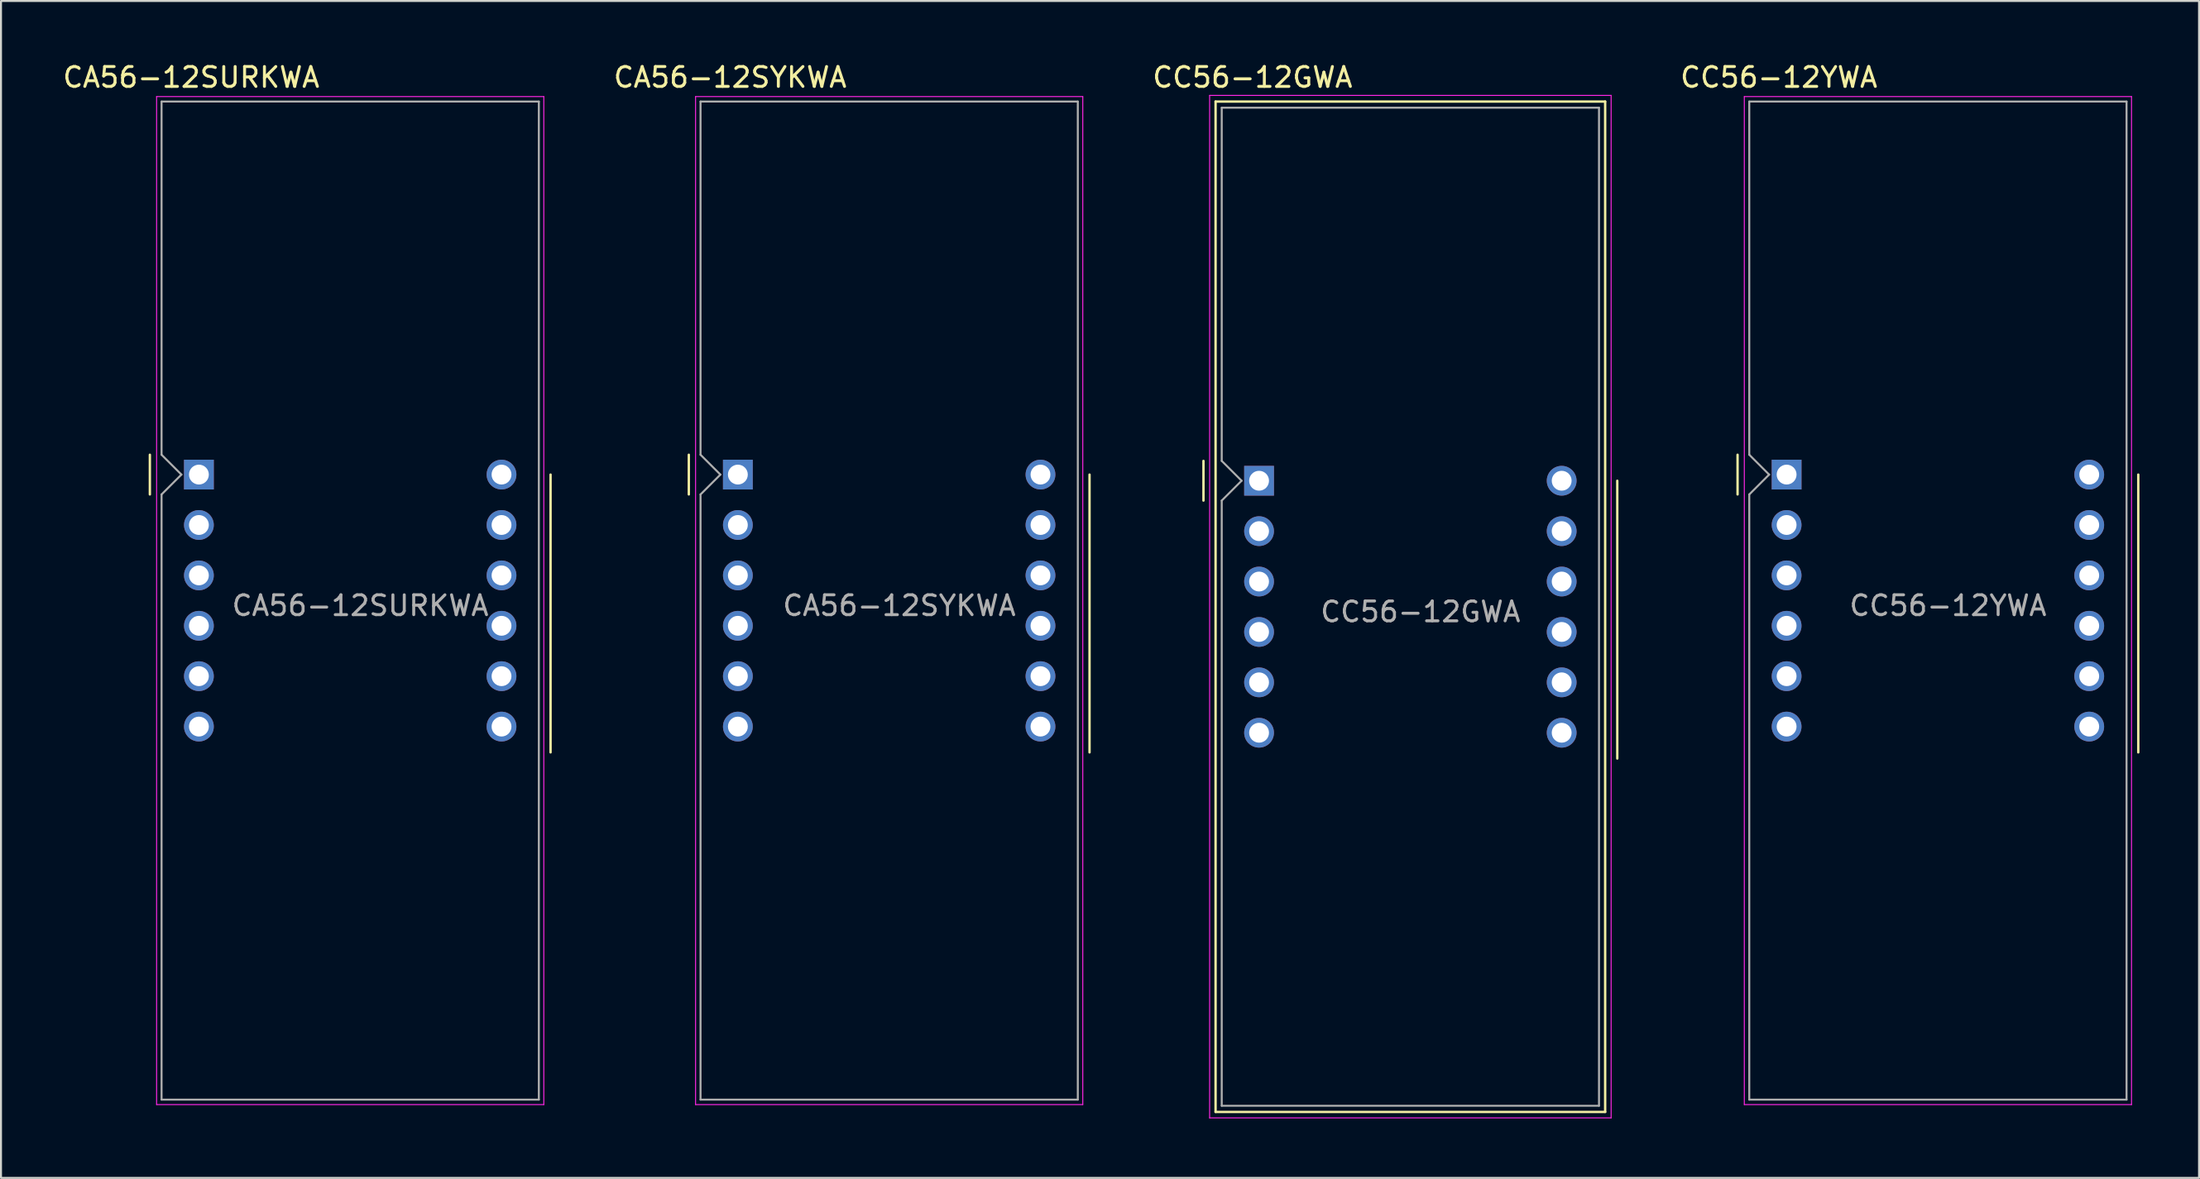
<source format=kicad_pcb>
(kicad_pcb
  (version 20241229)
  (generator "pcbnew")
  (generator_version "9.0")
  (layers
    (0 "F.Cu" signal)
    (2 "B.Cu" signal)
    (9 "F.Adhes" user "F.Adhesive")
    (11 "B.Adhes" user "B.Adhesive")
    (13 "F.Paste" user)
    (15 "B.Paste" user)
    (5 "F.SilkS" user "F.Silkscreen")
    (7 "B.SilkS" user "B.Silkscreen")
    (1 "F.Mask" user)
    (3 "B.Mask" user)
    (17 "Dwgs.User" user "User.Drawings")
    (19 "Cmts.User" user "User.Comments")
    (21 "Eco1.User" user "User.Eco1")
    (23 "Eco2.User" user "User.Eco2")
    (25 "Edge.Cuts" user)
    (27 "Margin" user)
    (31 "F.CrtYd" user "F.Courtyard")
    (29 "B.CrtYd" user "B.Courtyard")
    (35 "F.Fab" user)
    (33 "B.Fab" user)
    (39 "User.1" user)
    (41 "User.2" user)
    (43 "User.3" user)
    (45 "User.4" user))
  (footprint "CC56-12GWA"
    (layer "F.Cu")
    (at 60.358 21.178)
    (property "Reference" "CC56-12GWA" (at -0.33 -20.33 0) (layer "F.SilkS") (effects (font (size 1 1) (thickness 0.15))))
    (attr through_hole)
    (fp_line (start -2.8 -1) (end -2.8 1) (stroke (width 0.12) (type solid)) (layer "F.SilkS"))
    (fp_line (start -2.19 -19.11) (end -2.19 31.81) (stroke (width 0.12) (type solid)) (layer "F.SilkS"))
    (fp_line (start -2.19 -19.11) (end 17.43 -19.11) (stroke (width 0.12) (type solid)) (layer "F.SilkS"))
    (fp_line (start -2.19 31.81) (end 17.43 31.81) (stroke (width 0.12) (type solid)) (layer "F.SilkS"))
    (fp_line (start 17.43 31.81) (end 17.43 -19.11) (stroke (width 0.12) (type solid)) (layer "F.SilkS"))
    (fp_line (start 18.04 0) (end 18.04 14) (stroke (width 0.12) (type solid)) (layer "F.SilkS"))
    (fp_line (start -2.49 -19.42) (end 17.73 -19.42) (stroke (width 0.05) (type solid)) (layer "F.CrtYd"))
    (fp_line (start -2.49 32.11) (end -2.49 -19.42) (stroke (width 0.05) (type solid)) (layer "F.CrtYd"))
    (fp_line (start 17.73 -19.42) (end 17.73 32.11) (stroke (width 0.05) (type solid)) (layer "F.CrtYd"))
    (fp_line (start 17.73 32.11) (end -2.49 32.11) (stroke (width 0.05) (type solid)) (layer "F.CrtYd"))
    (fp_line (start -1.88 -18.8) (end 17.12 -18.8) (stroke (width 0.1) (type solid)) (layer "F.Fab"))
    (fp_line (start -1.88 -1) (end -1.88 -18.8) (stroke (width 0.1) (type solid)) (layer "F.Fab"))
    (fp_line (start -1.88 1) (end -1.88 31.5) (stroke (width 0.1) (type solid)) (layer "F.Fab"))
    (fp_line (start -1.88 1) (end -0.88 0) (stroke (width 0.1) (type solid)) (layer "F.Fab"))
    (fp_line (start -1.88 31.5) (end 17.12 31.5) (stroke (width 0.1) (type solid)) (layer "F.Fab"))
    (fp_line (start -0.88 0) (end -1.88 -1) (stroke (width 0.1) (type solid)) (layer "F.Fab"))
    (fp_line (start 17.12 -18.8) (end 17.12 31.5) (stroke (width 0.1) (type solid)) (layer "F.Fab"))
    (fp_text user "${REFERENCE}" (at 8.128 6.604 0) (layer "F.Fab") (effects (font (size 1 1) (thickness 0.15))))
    (pad "1" thru_hole rect (at 0 0) (size 1.5 1.5) (drill 1) (layers "*.Cu" "*.Mask"))
    (pad "2" thru_hole circle (at 0 2.54) (size 1.5 1.5) (drill 1) (layers "*.Cu" "*.Mask"))
    (pad "3" thru_hole circle (at 0 5.08) (size 1.5 1.5) (drill 1) (layers "*.Cu" "*.Mask"))
    (pad "4" thru_hole circle (at 0 7.62) (size 1.5 1.5) (drill 1) (layers "*.Cu" "*.Mask"))
    (pad "5" thru_hole circle (at 0 10.16) (size 1.5 1.5) (drill 1) (layers "*.Cu" "*.Mask"))
    (pad "6" thru_hole circle (at 0 12.7) (size 1.5 1.5) (drill 1) (layers "*.Cu" "*.Mask"))
    (pad "7" thru_hole circle (at 15.24 12.7) (size 1.5 1.5) (drill 1) (layers "*.Cu" "*.Mask"))
    (pad "8" thru_hole circle (at 15.24 10.16) (size 1.5 1.5) (drill 1) (layers "*.Cu" "*.Mask"))
    (pad "9" thru_hole circle (at 15.24 7.62) (size 1.5 1.5) (drill 1) (layers "*.Cu" "*.Mask"))
    (pad "10" thru_hole circle (at 15.24 5.08) (size 1.5 1.5) (drill 1) (layers "*.Cu" "*.Mask"))
    (pad "11" thru_hole circle (at 15.24 2.54) (size 1.5 1.5) (drill 1) (layers "*.Cu" "*.Mask"))
    (pad "12" thru_hole circle (at 15.24 0) (size 1.5 1.5) (drill 1) (layers "*.Cu" "*.Mask")))
  (footprint "CC56-12YWA"
    (layer "F.Cu")
    (at 86.926 20.868)
    (property "Reference" "CC56-12YWA" (at -0.39 -20.02 0) (layer "F.SilkS") (effects (font (size 1 1) (thickness 0.15))))
    (attr through_hole)
    (fp_line (start -2.47 -1) (end -2.47 1) (stroke (width 0.12) (type solid)) (layer "F.SilkS"))
    (fp_line (start 17.71 0) (end 17.71 14) (stroke (width 0.12) (type solid)) (layer "F.SilkS"))
    (fp_line (start -2.13 -19.05) (end 17.37 -19.05) (stroke (width 0.05) (type solid)) (layer "F.CrtYd"))
    (fp_line (start -2.13 31.75) (end -2.13 -19.05) (stroke (width 0.05) (type solid)) (layer "F.CrtYd"))
    (fp_line (start 17.37 -19.05) (end 17.37 31.75) (stroke (width 0.05) (type solid)) (layer "F.CrtYd"))
    (fp_line (start 17.37 31.75) (end -2.13 31.75) (stroke (width 0.05) (type solid)) (layer "F.CrtYd"))
    (fp_line (start -1.88 -18.8) (end 17.12 -18.8) (stroke (width 0.1) (type solid)) (layer "F.Fab"))
    (fp_line (start -1.88 -1) (end -1.88 -18.8) (stroke (width 0.1) (type solid)) (layer "F.Fab"))
    (fp_line (start -1.88 1) (end -1.88 31.5) (stroke (width 0.1) (type solid)) (layer "F.Fab"))
    (fp_line (start -1.88 1) (end -0.88 0) (stroke (width 0.1) (type solid)) (layer "F.Fab"))
    (fp_line (start -1.88 31.5) (end 17.12 31.5) (stroke (width 0.1) (type solid)) (layer "F.Fab"))
    (fp_line (start -0.88 0) (end -1.88 -1) (stroke (width 0.1) (type solid)) (layer "F.Fab"))
    (fp_line (start 17.12 -18.8) (end 17.12 31.5) (stroke (width 0.1) (type solid)) (layer "F.Fab"))
    (fp_text user "${REFERENCE}" (at 8.128 6.604 0) (layer "F.Fab") (effects (font (size 1 1) (thickness 0.15))))
    (pad "1" thru_hole rect (at 0 0) (size 1.5 1.5) (drill 1) (layers "*.Cu" "*.Mask"))
    (pad "2" thru_hole circle (at 0 2.54) (size 1.5 1.5) (drill 1) (layers "*.Cu" "*.Mask"))
    (pad "3" thru_hole circle (at 0 5.08) (size 1.5 1.5) (drill 1) (layers "*.Cu" "*.Mask"))
    (pad "4" thru_hole circle (at 0 7.62) (size 1.5 1.5) (drill 1) (layers "*.Cu" "*.Mask"))
    (pad "5" thru_hole circle (at 0 10.16) (size 1.5 1.5) (drill 1) (layers "*.Cu" "*.Mask"))
    (pad "6" thru_hole circle (at 0 12.7) (size 1.5 1.5) (drill 1) (layers "*.Cu" "*.Mask"))
    (pad "7" thru_hole circle (at 15.24 12.7) (size 1.5 1.5) (drill 1) (layers "*.Cu" "*.Mask"))
    (pad "8" thru_hole circle (at 15.24 10.16) (size 1.5 1.5) (drill 1) (layers "*.Cu" "*.Mask"))
    (pad "9" thru_hole circle (at 15.24 7.62) (size 1.5 1.5) (drill 1) (layers "*.Cu" "*.Mask"))
    (pad "10" thru_hole circle (at 15.24 5.08) (size 1.5 1.5) (drill 1) (layers "*.Cu" "*.Mask"))
    (pad "11" thru_hole circle (at 15.24 2.54) (size 1.5 1.5) (drill 1) (layers "*.Cu" "*.Mask"))
    (pad "12" thru_hole circle (at 15.24 0) (size 1.5 1.5) (drill 1) (layers "*.Cu" "*.Mask")))
  (footprint "CA56-12SURKWA"
    (layer "F.Cu")
    (at 6.967 20.868)
    (property "Reference" "CA56-12SURKWA" (at -0.39 -20.02 0) (layer "F.SilkS") (effects (font (size 1 1) (thickness 0.15))))
    (attr through_hole)
    (fp_line (start -2.47 -1) (end -2.47 1) (stroke (width 0.12) (type solid)) (layer "F.SilkS"))
    (fp_line (start 17.71 0) (end 17.71 14) (stroke (width 0.12) (type solid)) (layer "F.SilkS"))
    (fp_line (start -2.13 -19.05) (end 17.37 -19.05) (stroke (width 0.05) (type solid)) (layer "F.CrtYd"))
    (fp_line (start -2.13 31.75) (end -2.13 -19.05) (stroke (width 0.05) (type solid)) (layer "F.CrtYd"))
    (fp_line (start 17.37 -19.05) (end 17.37 31.75) (stroke (width 0.05) (type solid)) (layer "F.CrtYd"))
    (fp_line (start 17.37 31.75) (end -2.13 31.75) (stroke (width 0.05) (type solid)) (layer "F.CrtYd"))
    (fp_line (start -1.88 -18.8) (end 17.12 -18.8) (stroke (width 0.1) (type solid)) (layer "F.Fab"))
    (fp_line (start -1.88 -1) (end -1.88 -18.8) (stroke (width 0.1) (type solid)) (layer "F.Fab"))
    (fp_line (start -1.88 1) (end -1.88 31.5) (stroke (width 0.1) (type solid)) (layer "F.Fab"))
    (fp_line (start -1.88 1) (end -0.88 0) (stroke (width 0.1) (type solid)) (layer "F.Fab"))
    (fp_line (start -1.88 31.5) (end 17.12 31.5) (stroke (width 0.1) (type solid)) (layer "F.Fab"))
    (fp_line (start -0.88 0) (end -1.88 -1) (stroke (width 0.1) (type solid)) (layer "F.Fab"))
    (fp_line (start 17.12 -18.8) (end 17.12 31.5) (stroke (width 0.1) (type solid)) (layer "F.Fab"))
    (fp_text user "${REFERENCE}" (at 8.128 6.604 0) (layer "F.Fab") (effects (font (size 1 1) (thickness 0.15))))
    (pad "1" thru_hole rect (at 0 0) (size 1.5 1.5) (drill 1) (layers "*.Cu" "*.Mask"))
    (pad "2" thru_hole circle (at 0 2.54) (size 1.5 1.5) (drill 1) (layers "*.Cu" "*.Mask"))
    (pad "3" thru_hole circle (at 0 5.08) (size 1.5 1.5) (drill 1) (layers "*.Cu" "*.Mask"))
    (pad "4" thru_hole circle (at 0 7.62) (size 1.5 1.5) (drill 1) (layers "*.Cu" "*.Mask"))
    (pad "5" thru_hole circle (at 0 10.16) (size 1.5 1.5) (drill 1) (layers "*.Cu" "*.Mask"))
    (pad "6" thru_hole circle (at 0 12.7) (size 1.5 1.5) (drill 1) (layers "*.Cu" "*.Mask"))
    (pad "7" thru_hole circle (at 15.24 12.7) (size 1.5 1.5) (drill 1) (layers "*.Cu" "*.Mask"))
    (pad "8" thru_hole circle (at 15.24 10.16) (size 1.5 1.5) (drill 1) (layers "*.Cu" "*.Mask"))
    (pad "9" thru_hole circle (at 15.24 7.62) (size 1.5 1.5) (drill 1) (layers "*.Cu" "*.Mask"))
    (pad "10" thru_hole circle (at 15.24 5.08) (size 1.5 1.5) (drill 1) (layers "*.Cu" "*.Mask"))
    (pad "11" thru_hole circle (at 15.24 2.54) (size 1.5 1.5) (drill 1) (layers "*.Cu" "*.Mask"))
    (pad "12" thru_hole circle (at 15.24 0) (size 1.5 1.5) (drill 1) (layers "*.Cu" "*.Mask")))
  (footprint "CA56-12SYKWA"
    (layer "F.Cu")
    (at 34.11 20.868)
    (property "Reference" "CA56-12SYKWA" (at -0.39 -20.02 0) (layer "F.SilkS") (effects (font (size 1 1) (thickness 0.15))))
    (attr through_hole)
    (fp_line (start -2.47 -1) (end -2.47 1) (stroke (width 0.12) (type solid)) (layer "F.SilkS"))
    (fp_line (start 17.71 0) (end 17.71 14) (stroke (width 0.12) (type solid)) (layer "F.SilkS"))
    (fp_line (start -2.13 -19.05) (end 17.37 -19.05) (stroke (width 0.05) (type solid)) (layer "F.CrtYd"))
    (fp_line (start -2.13 31.75) (end -2.13 -19.05) (stroke (width 0.05) (type solid)) (layer "F.CrtYd"))
    (fp_line (start 17.37 -19.05) (end 17.37 31.75) (stroke (width 0.05) (type solid)) (layer "F.CrtYd"))
    (fp_line (start 17.37 31.75) (end -2.13 31.75) (stroke (width 0.05) (type solid)) (layer "F.CrtYd"))
    (fp_line (start -1.88 -18.8) (end 17.12 -18.8) (stroke (width 0.1) (type solid)) (layer "F.Fab"))
    (fp_line (start -1.88 -1) (end -1.88 -18.8) (stroke (width 0.1) (type solid)) (layer "F.Fab"))
    (fp_line (start -1.88 1) (end -1.88 31.5) (stroke (width 0.1) (type solid)) (layer "F.Fab"))
    (fp_line (start -1.88 1) (end -0.88 0) (stroke (width 0.1) (type solid)) (layer "F.Fab"))
    (fp_line (start -1.88 31.5) (end 17.12 31.5) (stroke (width 0.1) (type solid)) (layer "F.Fab"))
    (fp_line (start -0.88 0) (end -1.88 -1) (stroke (width 0.1) (type solid)) (layer "F.Fab"))
    (fp_line (start 17.12 -18.8) (end 17.12 31.5) (stroke (width 0.1) (type solid)) (layer "F.Fab"))
    (fp_text user "${REFERENCE}" (at 8.128 6.604 0) (layer "F.Fab") (effects (font (size 1 1) (thickness 0.15))))
    (pad "1" thru_hole rect (at 0 0) (size 1.5 1.5) (drill 1) (layers "*.Cu" "*.Mask"))
    (pad "2" thru_hole circle (at 0 2.54) (size 1.5 1.5) (drill 1) (layers "*.Cu" "*.Mask"))
    (pad "3" thru_hole circle (at 0 5.08) (size 1.5 1.5) (drill 1) (layers "*.Cu" "*.Mask"))
    (pad "4" thru_hole circle (at 0 7.62) (size 1.5 1.5) (drill 1) (layers "*.Cu" "*.Mask"))
    (pad "5" thru_hole circle (at 0 10.16) (size 1.5 1.5) (drill 1) (layers "*.Cu" "*.Mask"))
    (pad "6" thru_hole circle (at 0 12.7) (size 1.5 1.5) (drill 1) (layers "*.Cu" "*.Mask"))
    (pad "7" thru_hole circle (at 15.24 12.7) (size 1.5 1.5) (drill 1) (layers "*.Cu" "*.Mask"))
    (pad "8" thru_hole circle (at 15.24 10.16) (size 1.5 1.5) (drill 1) (layers "*.Cu" "*.Mask"))
    (pad "9" thru_hole circle (at 15.24 7.62) (size 1.5 1.5) (drill 1) (layers "*.Cu" "*.Mask"))
    (pad "10" thru_hole circle (at 15.24 5.08) (size 1.5 1.5) (drill 1) (layers "*.Cu" "*.Mask"))
    (pad "11" thru_hole circle (at 15.24 2.54) (size 1.5 1.5) (drill 1) (layers "*.Cu" "*.Mask"))
    (pad "12" thru_hole circle (at 15.24 0) (size 1.5 1.5) (drill 1) (layers "*.Cu" "*.Mask")))
  (gr_rect
    (start -3 -3)
    (end 107.696 56.313)
    (stroke (width 0.1) (type default))
    (fill no)
    (layer "Edge.Cuts")))
</source>
